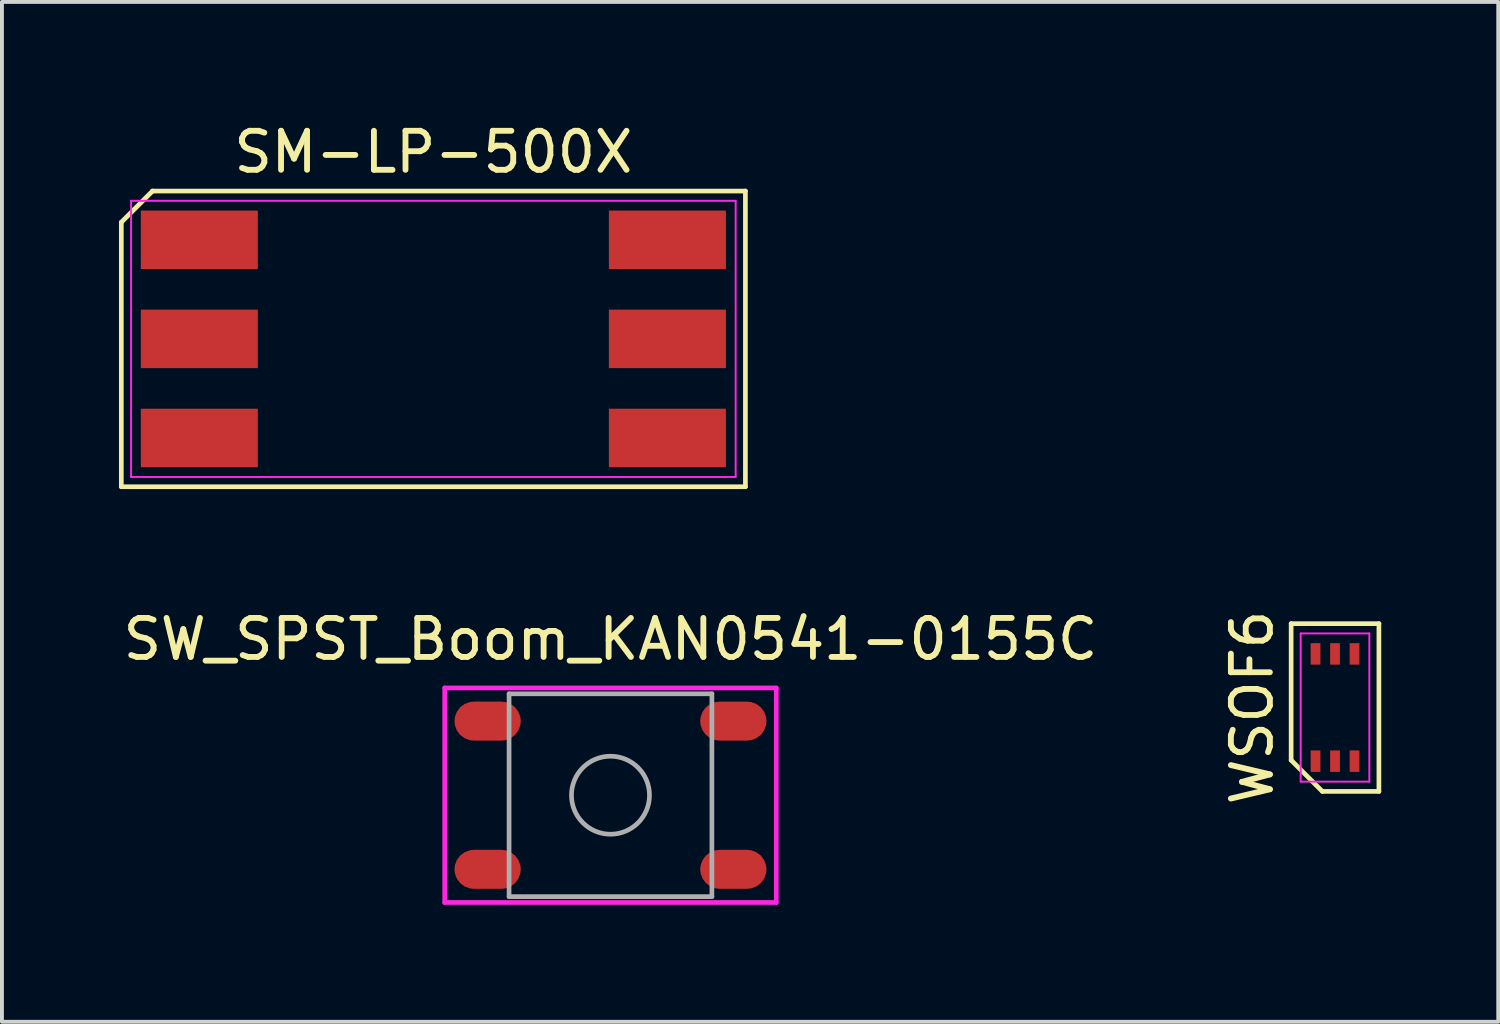
<source format=kicad_pcb>
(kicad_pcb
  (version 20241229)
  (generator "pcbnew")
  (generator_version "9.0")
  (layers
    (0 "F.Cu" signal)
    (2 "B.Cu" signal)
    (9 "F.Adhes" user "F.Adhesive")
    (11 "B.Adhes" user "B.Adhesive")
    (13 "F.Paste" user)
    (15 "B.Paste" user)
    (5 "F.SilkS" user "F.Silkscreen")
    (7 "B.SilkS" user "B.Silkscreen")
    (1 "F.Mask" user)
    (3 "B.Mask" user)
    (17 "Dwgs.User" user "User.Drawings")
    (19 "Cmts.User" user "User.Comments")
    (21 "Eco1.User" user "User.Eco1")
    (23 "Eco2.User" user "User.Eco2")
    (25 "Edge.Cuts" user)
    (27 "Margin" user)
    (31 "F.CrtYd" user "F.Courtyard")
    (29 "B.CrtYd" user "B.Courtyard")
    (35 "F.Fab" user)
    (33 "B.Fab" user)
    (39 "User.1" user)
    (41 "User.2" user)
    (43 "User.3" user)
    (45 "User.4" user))
  (footprint "WSOF6"
    (layer "F.Cu")
    (at 31.176 15.089)
    (property "Reference" "WSOF6" (at -2.125 0 90) (layer "F.SilkS") (effects (font (size 1 1) (thickness 0.15))))
    (attr smd)
    (fp_line (start -1.125 -2.15) (end 1.125 -2.15) (stroke (width 0.12) (type solid)) (layer "F.SilkS"))
    (fp_line (start -1.125 1.35) (end -1.125 -2.15) (stroke (width 0.12) (type solid)) (layer "F.SilkS"))
    (fp_line (start -0.325 2.15) (end -1.125 1.35) (stroke (width 0.12) (type solid)) (layer "F.SilkS"))
    (fp_line (start 1.125 -2.15) (end 1.125 2.15) (stroke (width 0.12) (type solid)) (layer "F.SilkS"))
    (fp_line (start 1.125 2.15) (end -0.325 2.15) (stroke (width 0.12) (type solid)) (layer "F.SilkS"))
    (fp_line (start -0.88 -1.9) (end 0.88 -1.9) (stroke (width 0.05) (type solid)) (layer "F.CrtYd"))
    (fp_line (start -0.88 1.9) (end -0.88 -1.9) (stroke (width 0.05) (type solid)) (layer "F.CrtYd"))
    (fp_line (start 0.88 -1.9) (end 0.88 1.9) (stroke (width 0.05) (type solid)) (layer "F.CrtYd"))
    (fp_line (start 0.88 1.9) (end -0.88 1.9) (stroke (width 0.05) (type solid)) (layer "F.CrtYd"))
    (pad "1" smd rect (at -0.5 1.375) (size 0.25 0.55) (layers "F.Cu" "F.Mask" "F.Paste"))
    (pad "2" smd rect (at 0 1.375) (size 0.25 0.55) (layers "F.Cu" "F.Mask" "F.Paste"))
    (pad "3" smd rect (at 0.5 1.375) (size 0.25 0.55) (layers "F.Cu" "F.Mask" "F.Paste"))
    (pad "4" smd rect (at 0.5 -1.375) (size 0.25 0.55) (layers "F.Cu" "F.Mask" "F.Paste"))
    (pad "5" smd rect (at 0 -1.375) (size 0.25 0.55) (layers "F.Cu" "F.Mask" "F.Paste"))
    (pad "6" smd rect (at -0.5 -1.375) (size 0.25 0.55) (layers "F.Cu" "F.Mask" "F.Paste")))
  (footprint "SW_SPST_Boom_KAN0541-0155C"
    (layer "F.Cu")
    (at 12.601 17.337)
    (property "Reference" "SW_SPST_Boom_KAN0541-0155C" (at 0 -4 0) (layer "F.SilkS") (effects (font (size 1 1) (thickness 0.15))))
    (attr through_hole)
    (fp_line (start -4.25 -2.75) (end -4.25 2.75) (stroke (width 0.12) (type solid)) (layer "F.CrtYd"))
    (fp_line (start -4.25 -2.75) (end 4.25 -2.75) (stroke (width 0.12) (type solid)) (layer "F.CrtYd"))
    (fp_line (start 4.25 2.75) (end -4.25 2.75) (stroke (width 0.12) (type solid)) (layer "F.CrtYd"))
    (fp_line (start 4.25 2.75) (end 4.25 -2.75) (stroke (width 0.12) (type solid)) (layer "F.CrtYd"))
    (fp_line (start -2.6 -2.6) (end 2.6 -2.6) (stroke (width 0.12) (type solid)) (layer "F.Fab"))
    (fp_line (start -2.6 2.6) (end -2.6 -2.6) (stroke (width 0.12) (type solid)) (layer "F.Fab"))
    (fp_line (start 2.6 -2.6) (end 2.6 2.6) (stroke (width 0.12) (type solid)) (layer "F.Fab"))
    (fp_line (start 2.6 2.6) (end -2.6 2.6) (stroke (width 0.12) (type solid)) (layer "F.Fab"))
    (fp_circle (center 0 0) (end 0 1) (stroke (width 0.12) (type solid)) (fill no) (layer "F.Fab"))
    (pad "1" smd roundrect (at -3.15 -1.9) (size 1.7 1) (layers "F.Cu" "F.Mask" "F.Paste") (roundrect_rratio 0.5))
    (pad "1" smd roundrect (at 3.15 -1.9) (size 1.7 1) (layers "F.Cu" "F.Mask" "F.Paste") (roundrect_rratio 0.5))
    (pad "2" smd roundrect (at -3.15 1.9) (size 1.7 1) (layers "F.Cu" "F.Mask" "F.Paste") (roundrect_rratio 0.5))
    (pad "2" smd roundrect (at 3.15 1.9) (size 1.7 1) (layers "F.Cu" "F.Mask" "F.Paste") (roundrect_rratio 0.5)))
  (footprint "SM-LP-500X"
    (layer "F.Cu")
    (at 8.06 5.638)
    (property "Reference" "SM-LP-500X" (at 0 -4.79 0) (layer "F.SilkS") (effects (font (size 1 1) (thickness 0.15))))
    (attr through_hole)
    (fp_line (start -8 -2.99) (end -7.2 -3.79) (stroke (width 0.12) (type default)) (layer "F.SilkS"))
    (fp_line (start -8 3.79) (end -8 -2.99) (stroke (width 0.12) (type default)) (layer "F.SilkS"))
    (fp_line (start -7.2 -3.79) (end 8 -3.79) (stroke (width 0.12) (type default)) (layer "F.SilkS"))
    (fp_line (start 8 -3.79) (end 8 3.79) (stroke (width 0.12) (type default)) (layer "F.SilkS"))
    (fp_line (start 8 3.79) (end -8 3.79) (stroke (width 0.12) (type default)) (layer "F.SilkS"))
    (fp_line (start -7.75 -3.54) (end 7.75 -3.54) (stroke (width 0.05) (type default)) (layer "F.CrtYd"))
    (fp_line (start -7.75 3.54) (end -7.75 -3.54) (stroke (width 0.05) (type default)) (layer "F.CrtYd"))
    (fp_line (start 7.75 -3.54) (end 7.75 3.54) (stroke (width 0.05) (type default)) (layer "F.CrtYd"))
    (fp_line (start 7.75 3.54) (end -7.75 3.54) (stroke (width 0.05) (type default)) (layer "F.CrtYd"))
    (pad "1" smd rect (at -6 -2.54 270) (size 1.5 3) (layers "F.Cu" "F.Mask" "F.Paste"))
    (pad "2" smd rect (at -6 0 270) (size 1.5 3) (layers "F.Cu" "F.Mask" "F.Paste"))
    (pad "3" smd rect (at -6 2.54 270) (size 1.5 3) (layers "F.Cu" "F.Mask" "F.Paste"))
    (pad "4" smd rect (at 6 2.54 270) (size 1.5 3) (layers "F.Cu" "F.Mask" "F.Paste"))
    (pad "5" smd rect (at 6 0 270) (size 1.5 3) (layers "F.Cu" "F.Mask" "F.Paste"))
    (pad "6" smd rect (at 6 -2.54 270) (size 1.5 3) (layers "F.Cu" "F.Mask" "F.Paste")))
  (gr_rect
    (start -3 -3)
    (end 35.361 23.146)
    (stroke (width 0.1) (type default))
    (fill no)
    (layer "Edge.Cuts")))
</source>
